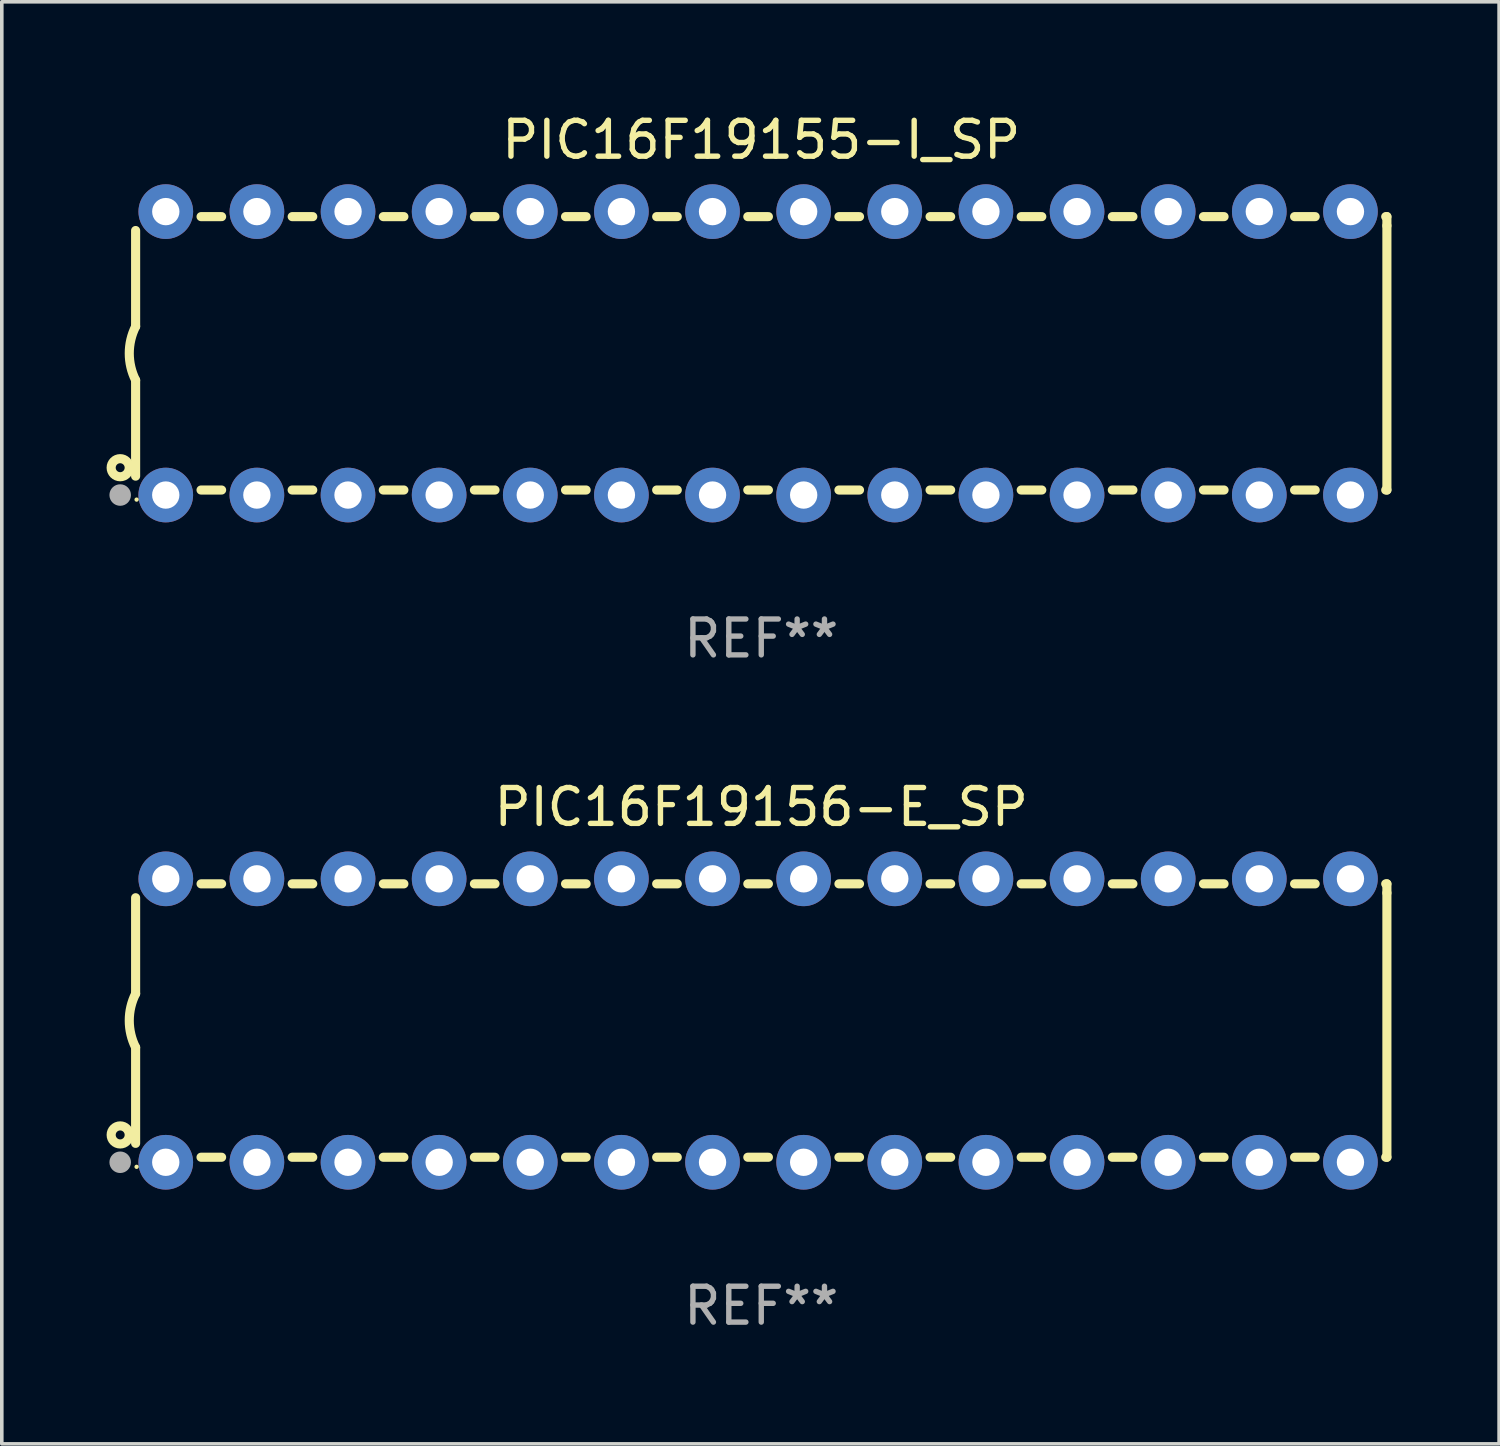
<source format=kicad_pcb>
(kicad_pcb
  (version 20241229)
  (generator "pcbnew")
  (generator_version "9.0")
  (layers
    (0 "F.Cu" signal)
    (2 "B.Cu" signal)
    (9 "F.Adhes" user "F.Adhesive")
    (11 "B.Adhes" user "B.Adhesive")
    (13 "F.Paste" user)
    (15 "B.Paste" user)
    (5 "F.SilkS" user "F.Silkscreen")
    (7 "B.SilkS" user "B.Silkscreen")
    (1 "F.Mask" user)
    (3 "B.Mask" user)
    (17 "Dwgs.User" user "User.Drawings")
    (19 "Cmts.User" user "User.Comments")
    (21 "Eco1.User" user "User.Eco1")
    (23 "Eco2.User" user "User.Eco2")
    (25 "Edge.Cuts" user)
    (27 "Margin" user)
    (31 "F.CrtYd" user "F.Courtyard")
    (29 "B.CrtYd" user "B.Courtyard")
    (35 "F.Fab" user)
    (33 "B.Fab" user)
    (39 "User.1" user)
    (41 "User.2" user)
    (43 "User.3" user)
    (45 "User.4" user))
  (footprint "PIC16F19156-E_SP"
    (layer "F.Cu")
    (at 18.168 25.395)
    (property "Reference" "PIC16F19156-E_SP" (at 0 -5.95 0) (layer "F.SilkS") (effects (font (size 1 1) (thickness 0.15))))
    (attr through_hole)
    (fp_line (start -17.438 0.75) (end -17.438 3.423) (stroke (width 0.254) (type solid)) (layer "F.SilkS"))
    (fp_line (start -17.438 -3.423) (end -17.438 -0.75) (stroke (width 0.254) (type solid)) (layer "F.SilkS"))
    (fp_line (start -15.615 3.81) (end -15.041 3.81) (stroke (width 0.254) (type solid)) (layer "F.SilkS"))
    (fp_line (start -15.041 -3.81) (end -15.614 -3.81) (stroke (width 0.254) (type solid)) (layer "F.SilkS"))
    (fp_line (start -13.075 3.81) (end -12.501 3.81) (stroke (width 0.254) (type solid)) (layer "F.SilkS"))
    (fp_line (start -12.501 -3.81) (end -13.074 -3.81) (stroke (width 0.254) (type solid)) (layer "F.SilkS"))
    (fp_line (start -10.535 3.81) (end -9.961 3.81) (stroke (width 0.254) (type solid)) (layer "F.SilkS"))
    (fp_line (start -9.961 -3.81) (end -10.534 -3.81) (stroke (width 0.254) (type solid)) (layer "F.SilkS"))
    (fp_line (start -7.995 3.81) (end -7.421 3.81) (stroke (width 0.254) (type solid)) (layer "F.SilkS"))
    (fp_line (start -7.421 -3.81) (end -7.995 -3.81) (stroke (width 0.254) (type solid)) (layer "F.SilkS"))
    (fp_line (start -5.455 3.81) (end -4.881 3.81) (stroke (width 0.254) (type solid)) (layer "F.SilkS"))
    (fp_line (start -4.881 -3.81) (end -5.455 -3.81) (stroke (width 0.254) (type solid)) (layer "F.SilkS"))
    (fp_line (start -2.915 3.81) (end -2.341 3.81) (stroke (width 0.254) (type solid)) (layer "F.SilkS"))
    (fp_line (start -2.341 -3.81) (end -2.915 -3.81) (stroke (width 0.254) (type solid)) (layer "F.SilkS"))
    (fp_line (start -0.375 3.81) (end 0.199 3.81) (stroke (width 0.254) (type solid)) (layer "F.SilkS"))
    (fp_line (start 0.199 -3.81) (end -0.375 -3.81) (stroke (width 0.254) (type solid)) (layer "F.SilkS"))
    (fp_line (start 2.165 3.81) (end 2.739 3.81) (stroke (width 0.254) (type solid)) (layer "F.SilkS"))
    (fp_line (start 2.739 -3.81) (end 2.165 -3.81) (stroke (width 0.254) (type solid)) (layer "F.SilkS"))
    (fp_line (start 4.705 3.81) (end 5.279 3.81) (stroke (width 0.254) (type solid)) (layer "F.SilkS"))
    (fp_line (start 5.279 -3.81) (end 4.705 -3.81) (stroke (width 0.254) (type solid)) (layer "F.SilkS"))
    (fp_line (start 7.245 3.81) (end 7.819 3.81) (stroke (width 0.254) (type solid)) (layer "F.SilkS"))
    (fp_line (start 7.819 -3.81) (end 7.245 -3.81) (stroke (width 0.254) (type solid)) (layer "F.SilkS"))
    (fp_line (start 9.785 3.81) (end 10.359 3.81) (stroke (width 0.254) (type solid)) (layer "F.SilkS"))
    (fp_line (start 10.359 -3.81) (end 9.785 -3.81) (stroke (width 0.254) (type solid)) (layer "F.SilkS"))
    (fp_line (start 12.325 3.81) (end 12.899 3.81) (stroke (width 0.254) (type solid)) (layer "F.SilkS"))
    (fp_line (start 12.899 -3.81) (end 12.325 -3.81) (stroke (width 0.254) (type solid)) (layer "F.SilkS"))
    (fp_line (start 14.865 3.81) (end 15.439 3.81) (stroke (width 0.254) (type solid)) (layer "F.SilkS"))
    (fp_line (start 15.439 -3.81) (end 14.865 -3.81) (stroke (width 0.254) (type solid)) (layer "F.SilkS"))
    (fp_line (start 17.405 3.81) (end 17.438 3.81) (stroke (width 0.254) (type solid)) (layer "F.SilkS"))
    (fp_line (start 17.438 -3.81) (end 17.405 -3.81) (stroke (width 0.254) (type solid)) (layer "F.SilkS"))
    (fp_line (start 17.438 -3.556) (end 17.438 -3.81) (stroke (width 0.254) (type solid)) (layer "F.SilkS"))
    (fp_line (start 17.438 3.81) (end 17.438 -3.556) (stroke (width 0.254) (type solid)) (layer "F.SilkS"))
    (fp_arc (start -17.437986 0.749657) (mid -17.614887 -0.000024) (end -17.437783 -0.749657) (stroke (width 0.254001) (type solid)) (layer "F.SilkS"))
    (fp_circle (center -17.868 3.188) (end -17.743 3.188) (stroke (width 0.254) (type solid)) (fill no) (layer "F.SilkS"))
    (fp_circle (center -17.411 4.077) (end -17.381 4.077) (stroke (width 0.06) (type solid)) (fill no) (layer "F.SilkS"))
    (fp_circle (center -17.868 3.95) (end -17.718 3.95) (stroke (width 0.3) (type solid)) (fill no) (layer "F.Fab"))
    (fp_text user "REF**" (at 0 7.95 0) (layer "F.Fab") (effects (font (size 1 1) (thickness 0.15))))
    (pad "1" thru_hole circle (at -16.598 3.95) (size 1.524 1.524) (drill 0.762) (layers "*.Cu" "*.Mask"))
    (pad "2" thru_hole circle (at -14.058 3.95) (size 1.524 1.524) (drill 0.762) (layers "*.Cu" "*.Mask"))
    (pad "3" thru_hole circle (at -11.518 3.95) (size 1.524 1.524) (drill 0.762) (layers "*.Cu" "*.Mask"))
    (pad "4" thru_hole circle (at -8.978 3.95) (size 1.524 1.524) (drill 0.762) (layers "*.Cu" "*.Mask"))
    (pad "5" thru_hole circle (at -6.438 3.95) (size 1.524 1.524) (drill 0.762) (layers "*.Cu" "*.Mask"))
    (pad "6" thru_hole circle (at -3.898 3.95) (size 1.524 1.524) (drill 0.762) (layers "*.Cu" "*.Mask"))
    (pad "7" thru_hole circle (at -1.358 3.95) (size 1.524 1.524) (drill 0.762) (layers "*.Cu" "*.Mask"))
    (pad "8" thru_hole circle (at 1.182 3.95) (size 1.524 1.524) (drill 0.762) (layers "*.Cu" "*.Mask"))
    (pad "9" thru_hole circle (at 3.722 3.95) (size 1.524 1.524) (drill 0.762) (layers "*.Cu" "*.Mask"))
    (pad "10" thru_hole circle (at 6.262 3.95) (size 1.524 1.524) (drill 0.762) (layers "*.Cu" "*.Mask"))
    (pad "11" thru_hole circle (at 8.802 3.95) (size 1.524 1.524) (drill 0.762) (layers "*.Cu" "*.Mask"))
    (pad "12" thru_hole circle (at 11.342 3.95) (size 1.524 1.524) (drill 0.762) (layers "*.Cu" "*.Mask"))
    (pad "13" thru_hole circle (at 13.882 3.95) (size 1.524 1.524) (drill 0.762) (layers "*.Cu" "*.Mask"))
    (pad "14" thru_hole circle (at 16.422 3.95) (size 1.524 1.524) (drill 0.762) (layers "*.Cu" "*.Mask"))
    (pad "15" thru_hole circle (at 16.422 -3.95) (size 1.524 1.524) (drill 0.762) (layers "*.Cu" "*.Mask"))
    (pad "16" thru_hole circle (at 13.882 -3.95) (size 1.524 1.524) (drill 0.762) (layers "*.Cu" "*.Mask"))
    (pad "17" thru_hole circle (at 11.342 -3.95) (size 1.524 1.524) (drill 0.762) (layers "*.Cu" "*.Mask"))
    (pad "18" thru_hole circle (at 8.802 -3.95) (size 1.524 1.524) (drill 0.762) (layers "*.Cu" "*.Mask"))
    (pad "19" thru_hole circle (at 6.262 -3.95) (size 1.524 1.524) (drill 0.762) (layers "*.Cu" "*.Mask"))
    (pad "20" thru_hole circle (at 3.722 -3.95) (size 1.524 1.524) (drill 0.762) (layers "*.Cu" "*.Mask"))
    (pad "21" thru_hole circle (at 1.182 -3.95) (size 1.524 1.524) (drill 0.762) (layers "*.Cu" "*.Mask"))
    (pad "22" thru_hole circle (at -1.358 -3.95) (size 1.524 1.524) (drill 0.762) (layers "*.Cu" "*.Mask"))
    (pad "23" thru_hole circle (at -3.898 -3.95) (size 1.524 1.524) (drill 0.762) (layers "*.Cu" "*.Mask"))
    (pad "24" thru_hole circle (at -6.438 -3.95) (size 1.524 1.524) (drill 0.762) (layers "*.Cu" "*.Mask"))
    (pad "25" thru_hole circle (at -8.978 -3.95) (size 1.524 1.524) (drill 0.762) (layers "*.Cu" "*.Mask"))
    (pad "26" thru_hole circle (at -11.517 -3.95) (size 1.524 1.524) (drill 0.762) (layers "*.Cu" "*.Mask"))
    (pad "27" thru_hole circle (at -14.057 -3.95) (size 1.524 1.524) (drill 0.762) (layers "*.Cu" "*.Mask"))
    (pad "28" thru_hole circle (at -16.597 -3.95) (size 1.524 1.524) (drill 0.762) (layers "*.Cu" "*.Mask")))
  (footprint "PIC16F19155-I_SP"
    (layer "F.Cu")
    (at 18.168 6.798)
    (property "Reference" "PIC16F19155-I_SP" (at 0 -5.95 0) (layer "F.SilkS") (effects (font (size 1 1) (thickness 0.15))))
    (attr through_hole)
    (fp_line (start -17.438 0.75) (end -17.438 3.423) (stroke (width 0.254) (type solid)) (layer "F.SilkS"))
    (fp_line (start -17.438 -3.423) (end -17.438 -0.75) (stroke (width 0.254) (type solid)) (layer "F.SilkS"))
    (fp_line (start -15.615 3.81) (end -15.041 3.81) (stroke (width 0.254) (type solid)) (layer "F.SilkS"))
    (fp_line (start -15.041 -3.81) (end -15.614 -3.81) (stroke (width 0.254) (type solid)) (layer "F.SilkS"))
    (fp_line (start -13.075 3.81) (end -12.501 3.81) (stroke (width 0.254) (type solid)) (layer "F.SilkS"))
    (fp_line (start -12.501 -3.81) (end -13.074 -3.81) (stroke (width 0.254) (type solid)) (layer "F.SilkS"))
    (fp_line (start -10.535 3.81) (end -9.961 3.81) (stroke (width 0.254) (type solid)) (layer "F.SilkS"))
    (fp_line (start -9.961 -3.81) (end -10.534 -3.81) (stroke (width 0.254) (type solid)) (layer "F.SilkS"))
    (fp_line (start -7.995 3.81) (end -7.421 3.81) (stroke (width 0.254) (type solid)) (layer "F.SilkS"))
    (fp_line (start -7.421 -3.81) (end -7.995 -3.81) (stroke (width 0.254) (type solid)) (layer "F.SilkS"))
    (fp_line (start -5.455 3.81) (end -4.881 3.81) (stroke (width 0.254) (type solid)) (layer "F.SilkS"))
    (fp_line (start -4.881 -3.81) (end -5.455 -3.81) (stroke (width 0.254) (type solid)) (layer "F.SilkS"))
    (fp_line (start -2.915 3.81) (end -2.341 3.81) (stroke (width 0.254) (type solid)) (layer "F.SilkS"))
    (fp_line (start -2.341 -3.81) (end -2.915 -3.81) (stroke (width 0.254) (type solid)) (layer "F.SilkS"))
    (fp_line (start -0.375 3.81) (end 0.199 3.81) (stroke (width 0.254) (type solid)) (layer "F.SilkS"))
    (fp_line (start 0.199 -3.81) (end -0.375 -3.81) (stroke (width 0.254) (type solid)) (layer "F.SilkS"))
    (fp_line (start 2.165 3.81) (end 2.739 3.81) (stroke (width 0.254) (type solid)) (layer "F.SilkS"))
    (fp_line (start 2.739 -3.81) (end 2.165 -3.81) (stroke (width 0.254) (type solid)) (layer "F.SilkS"))
    (fp_line (start 4.705 3.81) (end 5.279 3.81) (stroke (width 0.254) (type solid)) (layer "F.SilkS"))
    (fp_line (start 5.279 -3.81) (end 4.705 -3.81) (stroke (width 0.254) (type solid)) (layer "F.SilkS"))
    (fp_line (start 7.245 3.81) (end 7.819 3.81) (stroke (width 0.254) (type solid)) (layer "F.SilkS"))
    (fp_line (start 7.819 -3.81) (end 7.245 -3.81) (stroke (width 0.254) (type solid)) (layer "F.SilkS"))
    (fp_line (start 9.785 3.81) (end 10.359 3.81) (stroke (width 0.254) (type solid)) (layer "F.SilkS"))
    (fp_line (start 10.359 -3.81) (end 9.785 -3.81) (stroke (width 0.254) (type solid)) (layer "F.SilkS"))
    (fp_line (start 12.325 3.81) (end 12.899 3.81) (stroke (width 0.254) (type solid)) (layer "F.SilkS"))
    (fp_line (start 12.899 -3.81) (end 12.325 -3.81) (stroke (width 0.254) (type solid)) (layer "F.SilkS"))
    (fp_line (start 14.865 3.81) (end 15.439 3.81) (stroke (width 0.254) (type solid)) (layer "F.SilkS"))
    (fp_line (start 15.439 -3.81) (end 14.865 -3.81) (stroke (width 0.254) (type solid)) (layer "F.SilkS"))
    (fp_line (start 17.405 3.81) (end 17.438 3.81) (stroke (width 0.254) (type solid)) (layer "F.SilkS"))
    (fp_line (start 17.438 -3.81) (end 17.405 -3.81) (stroke (width 0.254) (type solid)) (layer "F.SilkS"))
    (fp_line (start 17.438 -3.556) (end 17.438 -3.81) (stroke (width 0.254) (type solid)) (layer "F.SilkS"))
    (fp_line (start 17.438 3.81) (end 17.438 -3.556) (stroke (width 0.254) (type solid)) (layer "F.SilkS"))
    (fp_arc (start -17.437986 0.749657) (mid -17.614887 -0.000024) (end -17.437783 -0.749657) (stroke (width 0.254001) (type solid)) (layer "F.SilkS"))
    (fp_circle (center -17.868 3.188) (end -17.743 3.188) (stroke (width 0.254) (type solid)) (fill no) (layer "F.SilkS"))
    (fp_circle (center -17.411 4.077) (end -17.381 4.077) (stroke (width 0.06) (type solid)) (fill no) (layer "F.SilkS"))
    (fp_circle (center -17.868 3.95) (end -17.718 3.95) (stroke (width 0.3) (type solid)) (fill no) (layer "F.Fab"))
    (fp_text user "REF**" (at 0 7.95 0) (layer "F.Fab") (effects (font (size 1 1) (thickness 0.15))))
    (pad "1" thru_hole circle (at -16.598 3.95) (size 1.524 1.524) (drill 0.762) (layers "*.Cu" "*.Mask"))
    (pad "2" thru_hole circle (at -14.058 3.95) (size 1.524 1.524) (drill 0.762) (layers "*.Cu" "*.Mask"))
    (pad "3" thru_hole circle (at -11.518 3.95) (size 1.524 1.524) (drill 0.762) (layers "*.Cu" "*.Mask"))
    (pad "4" thru_hole circle (at -8.978 3.95) (size 1.524 1.524) (drill 0.762) (layers "*.Cu" "*.Mask"))
    (pad "5" thru_hole circle (at -6.438 3.95) (size 1.524 1.524) (drill 0.762) (layers "*.Cu" "*.Mask"))
    (pad "6" thru_hole circle (at -3.898 3.95) (size 1.524 1.524) (drill 0.762) (layers "*.Cu" "*.Mask"))
    (pad "7" thru_hole circle (at -1.358 3.95) (size 1.524 1.524) (drill 0.762) (layers "*.Cu" "*.Mask"))
    (pad "8" thru_hole circle (at 1.182 3.95) (size 1.524 1.524) (drill 0.762) (layers "*.Cu" "*.Mask"))
    (pad "9" thru_hole circle (at 3.722 3.95) (size 1.524 1.524) (drill 0.762) (layers "*.Cu" "*.Mask"))
    (pad "10" thru_hole circle (at 6.262 3.95) (size 1.524 1.524) (drill 0.762) (layers "*.Cu" "*.Mask"))
    (pad "11" thru_hole circle (at 8.802 3.95) (size 1.524 1.524) (drill 0.762) (layers "*.Cu" "*.Mask"))
    (pad "12" thru_hole circle (at 11.342 3.95) (size 1.524 1.524) (drill 0.762) (layers "*.Cu" "*.Mask"))
    (pad "13" thru_hole circle (at 13.882 3.95) (size 1.524 1.524) (drill 0.762) (layers "*.Cu" "*.Mask"))
    (pad "14" thru_hole circle (at 16.422 3.95) (size 1.524 1.524) (drill 0.762) (layers "*.Cu" "*.Mask"))
    (pad "15" thru_hole circle (at 16.422 -3.95) (size 1.524 1.524) (drill 0.762) (layers "*.Cu" "*.Mask"))
    (pad "16" thru_hole circle (at 13.882 -3.95) (size 1.524 1.524) (drill 0.762) (layers "*.Cu" "*.Mask"))
    (pad "17" thru_hole circle (at 11.342 -3.95) (size 1.524 1.524) (drill 0.762) (layers "*.Cu" "*.Mask"))
    (pad "18" thru_hole circle (at 8.802 -3.95) (size 1.524 1.524) (drill 0.762) (layers "*.Cu" "*.Mask"))
    (pad "19" thru_hole circle (at 6.262 -3.95) (size 1.524 1.524) (drill 0.762) (layers "*.Cu" "*.Mask"))
    (pad "20" thru_hole circle (at 3.722 -3.95) (size 1.524 1.524) (drill 0.762) (layers "*.Cu" "*.Mask"))
    (pad "21" thru_hole circle (at 1.182 -3.95) (size 1.524 1.524) (drill 0.762) (layers "*.Cu" "*.Mask"))
    (pad "22" thru_hole circle (at -1.358 -3.95) (size 1.524 1.524) (drill 0.762) (layers "*.Cu" "*.Mask"))
    (pad "23" thru_hole circle (at -3.898 -3.95) (size 1.524 1.524) (drill 0.762) (layers "*.Cu" "*.Mask"))
    (pad "24" thru_hole circle (at -6.438 -3.95) (size 1.524 1.524) (drill 0.762) (layers "*.Cu" "*.Mask"))
    (pad "25" thru_hole circle (at -8.978 -3.95) (size 1.524 1.524) (drill 0.762) (layers "*.Cu" "*.Mask"))
    (pad "26" thru_hole circle (at -11.517 -3.95) (size 1.524 1.524) (drill 0.762) (layers "*.Cu" "*.Mask"))
    (pad "27" thru_hole circle (at -14.057 -3.95) (size 1.524 1.524) (drill 0.762) (layers "*.Cu" "*.Mask"))
    (pad "28" thru_hole circle (at -16.597 -3.95) (size 1.524 1.524) (drill 0.762) (layers "*.Cu" "*.Mask")))
  (gr_rect
    (start -3 -3)
    (end 38.733 37.193)
    (stroke (width 0.1) (type default))
    (fill no)
    (layer "Edge.Cuts")))
</source>
